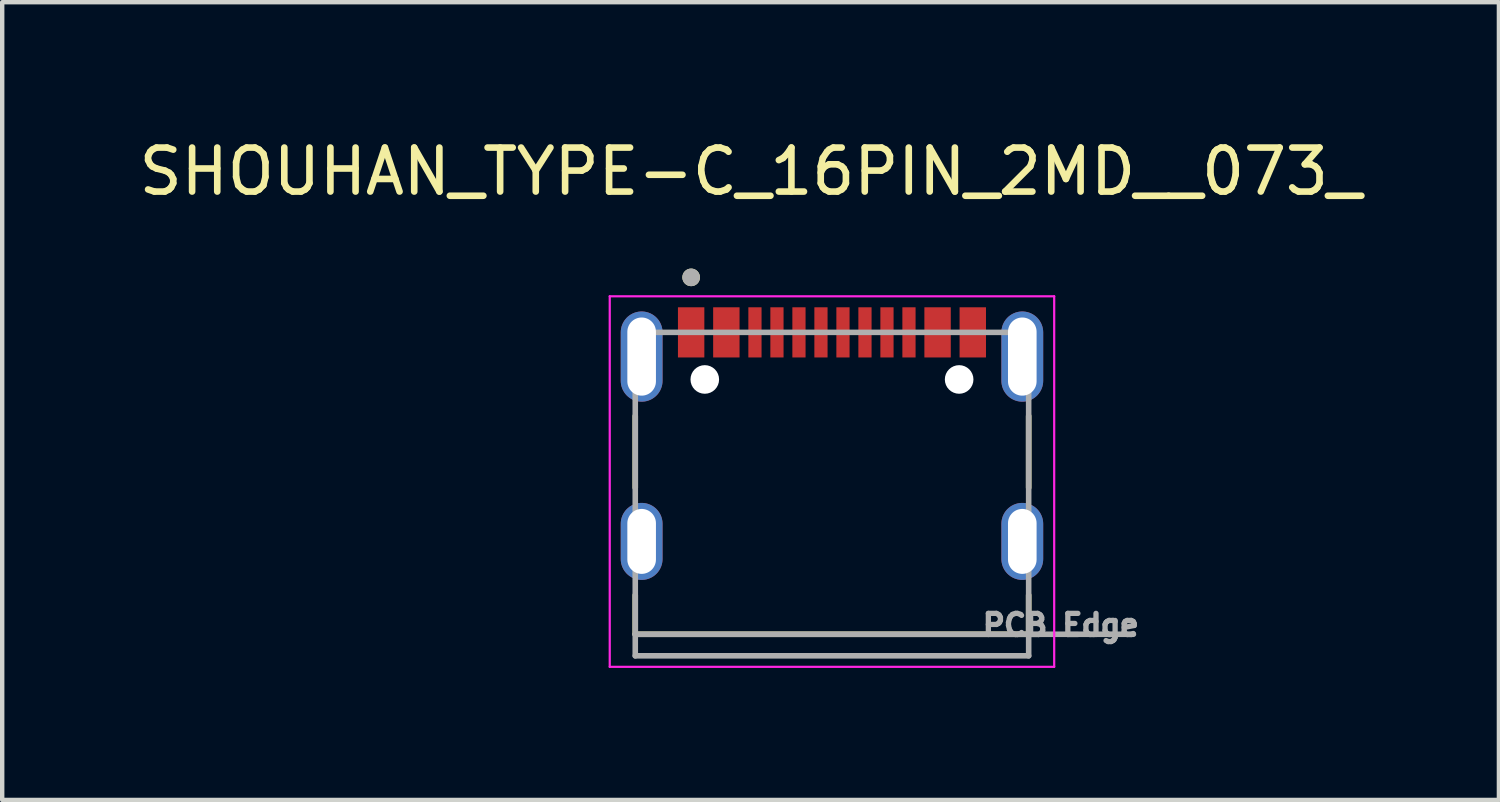
<source format=kicad_pcb>
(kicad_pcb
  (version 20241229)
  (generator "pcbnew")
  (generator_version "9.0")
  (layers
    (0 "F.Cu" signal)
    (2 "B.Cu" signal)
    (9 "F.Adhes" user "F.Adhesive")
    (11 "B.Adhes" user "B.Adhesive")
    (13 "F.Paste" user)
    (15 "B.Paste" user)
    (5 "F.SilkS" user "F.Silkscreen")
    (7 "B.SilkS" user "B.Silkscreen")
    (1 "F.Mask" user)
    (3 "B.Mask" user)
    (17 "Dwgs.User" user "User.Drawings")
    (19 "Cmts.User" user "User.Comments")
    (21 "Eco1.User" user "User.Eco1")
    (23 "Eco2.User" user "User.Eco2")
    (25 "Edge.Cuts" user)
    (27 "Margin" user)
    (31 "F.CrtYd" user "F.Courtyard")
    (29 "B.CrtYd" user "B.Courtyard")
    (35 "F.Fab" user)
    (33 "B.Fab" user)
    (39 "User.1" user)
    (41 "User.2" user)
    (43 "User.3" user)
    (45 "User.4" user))
  (footprint "SHOUHAN_TYPE-C_16PIN_2MD__073_"
    (layer "F.Cu")
    (at 15.856 8.178)
    (property "Reference" "SHOUHAN_TYPE-C_16PIN_2MD__073_" (at -1.85 -7.33 0) (layer "F.SilkS") (effects (font (size 1 1) (thickness 0.15))))
    (attr smd)
    (fp_poly (pts (xy -3.55 -4.295) (xy -2.85 -4.295) (xy -2.85 -3.055) (xy -3.55 -3.055)) (stroke (width 0.01) (type solid)) (fill yes) (layer "F.Mask"))
    (fp_poly (pts (xy -2.75 -4.295) (xy -2.05 -4.295) (xy -2.05 -3.055) (xy -2.75 -3.055)) (stroke (width 0.01) (type solid)) (fill yes) (layer "F.Mask"))
    (fp_poly (pts (xy -1.95 -4.295) (xy -1.55 -4.295) (xy -1.55 -3.055) (xy -1.95 -3.055)) (stroke (width 0.01) (type solid)) (fill yes) (layer "F.Mask"))
    (fp_poly (pts (xy -1.45 -4.295) (xy -1.05 -4.295) (xy -1.05 -3.055) (xy -1.45 -3.055)) (stroke (width 0.01) (type solid)) (fill yes) (layer "F.Mask"))
    (fp_poly (pts (xy -0.95 -4.295) (xy -0.55 -4.295) (xy -0.55 -3.055) (xy -0.95 -3.055)) (stroke (width 0.01) (type solid)) (fill yes) (layer "F.Mask"))
    (fp_poly (pts (xy -0.45 -4.295) (xy -0.05 -4.295) (xy -0.05 -3.055) (xy -0.45 -3.055)) (stroke (width 0.01) (type solid)) (fill yes) (layer "F.Mask"))
    (fp_poly (pts (xy 0.05 -4.295) (xy 0.45 -4.295) (xy 0.45 -3.055) (xy 0.05 -3.055)) (stroke (width 0.01) (type solid)) (fill yes) (layer "F.Mask"))
    (fp_poly (pts (xy 0.55 -4.295) (xy 0.95 -4.295) (xy 0.95 -3.055) (xy 0.55 -3.055)) (stroke (width 0.01) (type solid)) (fill yes) (layer "F.Mask"))
    (fp_poly (pts (xy 1.05 -4.295) (xy 1.45 -4.295) (xy 1.45 -3.055) (xy 1.05 -3.055)) (stroke (width 0.01) (type solid)) (fill yes) (layer "F.Mask"))
    (fp_poly (pts (xy 1.55 -4.295) (xy 1.95 -4.295) (xy 1.95 -3.055) (xy 1.55 -3.055)) (stroke (width 0.01) (type solid)) (fill yes) (layer "F.Mask"))
    (fp_poly (pts (xy 2.05 -4.295) (xy 2.75 -4.295) (xy 2.75 -3.055) (xy 2.05 -3.055)) (stroke (width 0.01) (type solid)) (fill yes) (layer "F.Mask"))
    (fp_poly (pts (xy 2.85 -4.295) (xy 3.55 -4.295) (xy 3.55 -3.055) (xy 2.85 -3.055)) (stroke (width 0.01) (type solid)) (fill yes) (layer "F.Mask"))
    (fp_line (start -4.47 -1.775) (end -4.47 -0.145) (stroke (width 0.127) (type solid)) (layer "F.SilkS"))
    (fp_line (start -4.47 3.185) (end -4.47 2.295) (stroke (width 0.127) (type solid)) (layer "F.SilkS"))
    (fp_line (start -4.47 3.185) (end 4.47 3.185) (stroke (width 0.127) (type solid)) (layer "F.SilkS"))
    (fp_line (start 4.47 -1.775) (end 4.47 -0.145) (stroke (width 0.127) (type solid)) (layer "F.SilkS"))
    (fp_line (start 4.47 3.185) (end 4.47 2.295) (stroke (width 0.127) (type solid)) (layer "F.SilkS"))
    (fp_circle (center -3.2 -4.925) (end -3.1 -4.925) (stroke (width 0.2) (type solid)) (fill no) (layer "F.SilkS"))
    (fp_line (start -5.05 -4.495) (end -5.05 3.925) (stroke (width 0.05) (type solid)) (layer "F.CrtYd"))
    (fp_line (start -5.05 3.925) (end 5.05 3.925) (stroke (width 0.05) (type solid)) (layer "F.CrtYd"))
    (fp_line (start 5.05 -4.495) (end -5.05 -4.495) (stroke (width 0.05) (type solid)) (layer "F.CrtYd"))
    (fp_line (start 5.05 3.925) (end 5.05 -4.495) (stroke (width 0.05) (type solid)) (layer "F.CrtYd"))
    (fp_line (start -4.47 -3.675) (end -4.47 3.185) (stroke (width 0.127) (type solid)) (layer "F.Fab"))
    (fp_line (start -4.47 3.185) (end -4.47 3.675) (stroke (width 0.127) (type solid)) (layer "F.Fab"))
    (fp_line (start -4.47 3.185) (end 6.85 3.185) (stroke (width 0.127) (type solid)) (layer "F.Fab"))
    (fp_line (start -4.47 3.675) (end 4.47 3.675) (stroke (width 0.127) (type solid)) (layer "F.Fab"))
    (fp_line (start 4.47 -3.675) (end -4.47 -3.675) (stroke (width 0.127) (type solid)) (layer "F.Fab"))
    (fp_line (start 4.47 3.675) (end 4.47 -3.675) (stroke (width 0.127) (type solid)) (layer "F.Fab"))
    (fp_circle (center -3.2 -4.925) (end -3.1 -4.925) (stroke (width 0.2) (type solid)) (fill no) (layer "F.Fab"))
    (fp_text user "PCB Edge" (at 5.2 2.975 0) (layer "F.Fab") (effects (font (size 0.48 0.48) (thickness 0.15))))
    (pad "" np_thru_hole circle (at -2.89 -2.605) (size 0.65 0.65) (drill 0.65) (layers "*.Cu" "*.Mask"))
    (pad "" np_thru_hole circle (at 2.89 -2.605) (size 0.65 0.65) (drill 0.65) (layers "*.Cu" "*.Mask"))
    (pad "A1_B12" smd rect (at -3.2 -3.675) (size 0.6 1.14) (layers "F.Cu" "F.Paste"))
    (pad "A4_B9" smd rect (at -2.4 -3.675) (size 0.6 1.14) (layers "F.Cu" "F.Paste"))
    (pad "A5" smd rect (at -1.25 -3.675) (size 0.3 1.14) (layers "F.Cu" "F.Paste"))
    (pad "A6" smd rect (at -0.25 -3.675) (size 0.3 1.14) (layers "F.Cu" "F.Paste"))
    (pad "A7" smd rect (at 0.25 -3.675) (size 0.3 1.14) (layers "F.Cu" "F.Paste"))
    (pad "A8" smd rect (at 1.25 -3.675) (size 0.3 1.14) (layers "F.Cu" "F.Paste"))
    (pad "B1_A12" smd rect (at 3.2 -3.675) (size 0.6 1.14) (layers "F.Cu" "F.Paste"))
    (pad "B4_A9" smd rect (at 2.4 -3.675) (size 0.6 1.14) (layers "F.Cu" "F.Paste"))
    (pad "B5" smd rect (at 1.75 -3.675) (size 0.3 1.14) (layers "F.Cu" "F.Paste"))
    (pad "B6" smd rect (at 0.75 -3.675) (size 0.3 1.14) (layers "F.Cu" "F.Paste"))
    (pad "B7" smd rect (at -0.75 -3.675) (size 0.3 1.14) (layers "F.Cu" "F.Paste"))
    (pad "B8" smd rect (at -1.75 -3.675) (size 0.3 1.14) (layers "F.Cu" "F.Paste"))
    (pad "SH1" thru_hole oval (at -4.325 -3.125) (size 0.95 2.05) (drill oval 0.65 1.776) (layers "*.Cu" "*.Mask"))
    (pad "SH2" thru_hole oval (at 4.325 -3.125) (size 0.95 2.05) (drill oval 0.65 1.776) (layers "*.Cu" "*.Mask"))
    (pad "SH3" thru_hole oval (at -4.325 1.075) (size 0.95 1.75) (drill oval 0.65 1.476) (layers "*.Cu" "*.Mask"))
    (pad "SH4" thru_hole oval (at 4.325 1.075) (size 0.95 1.75) (drill oval 0.65 1.476) (layers "*.Cu" "*.Mask")))
  (gr_rect
    (start -3 -3)
    (end 31.012 15.128)
    (stroke (width 0.1) (type default))
    (fill no)
    (layer "Edge.Cuts")))
</source>
